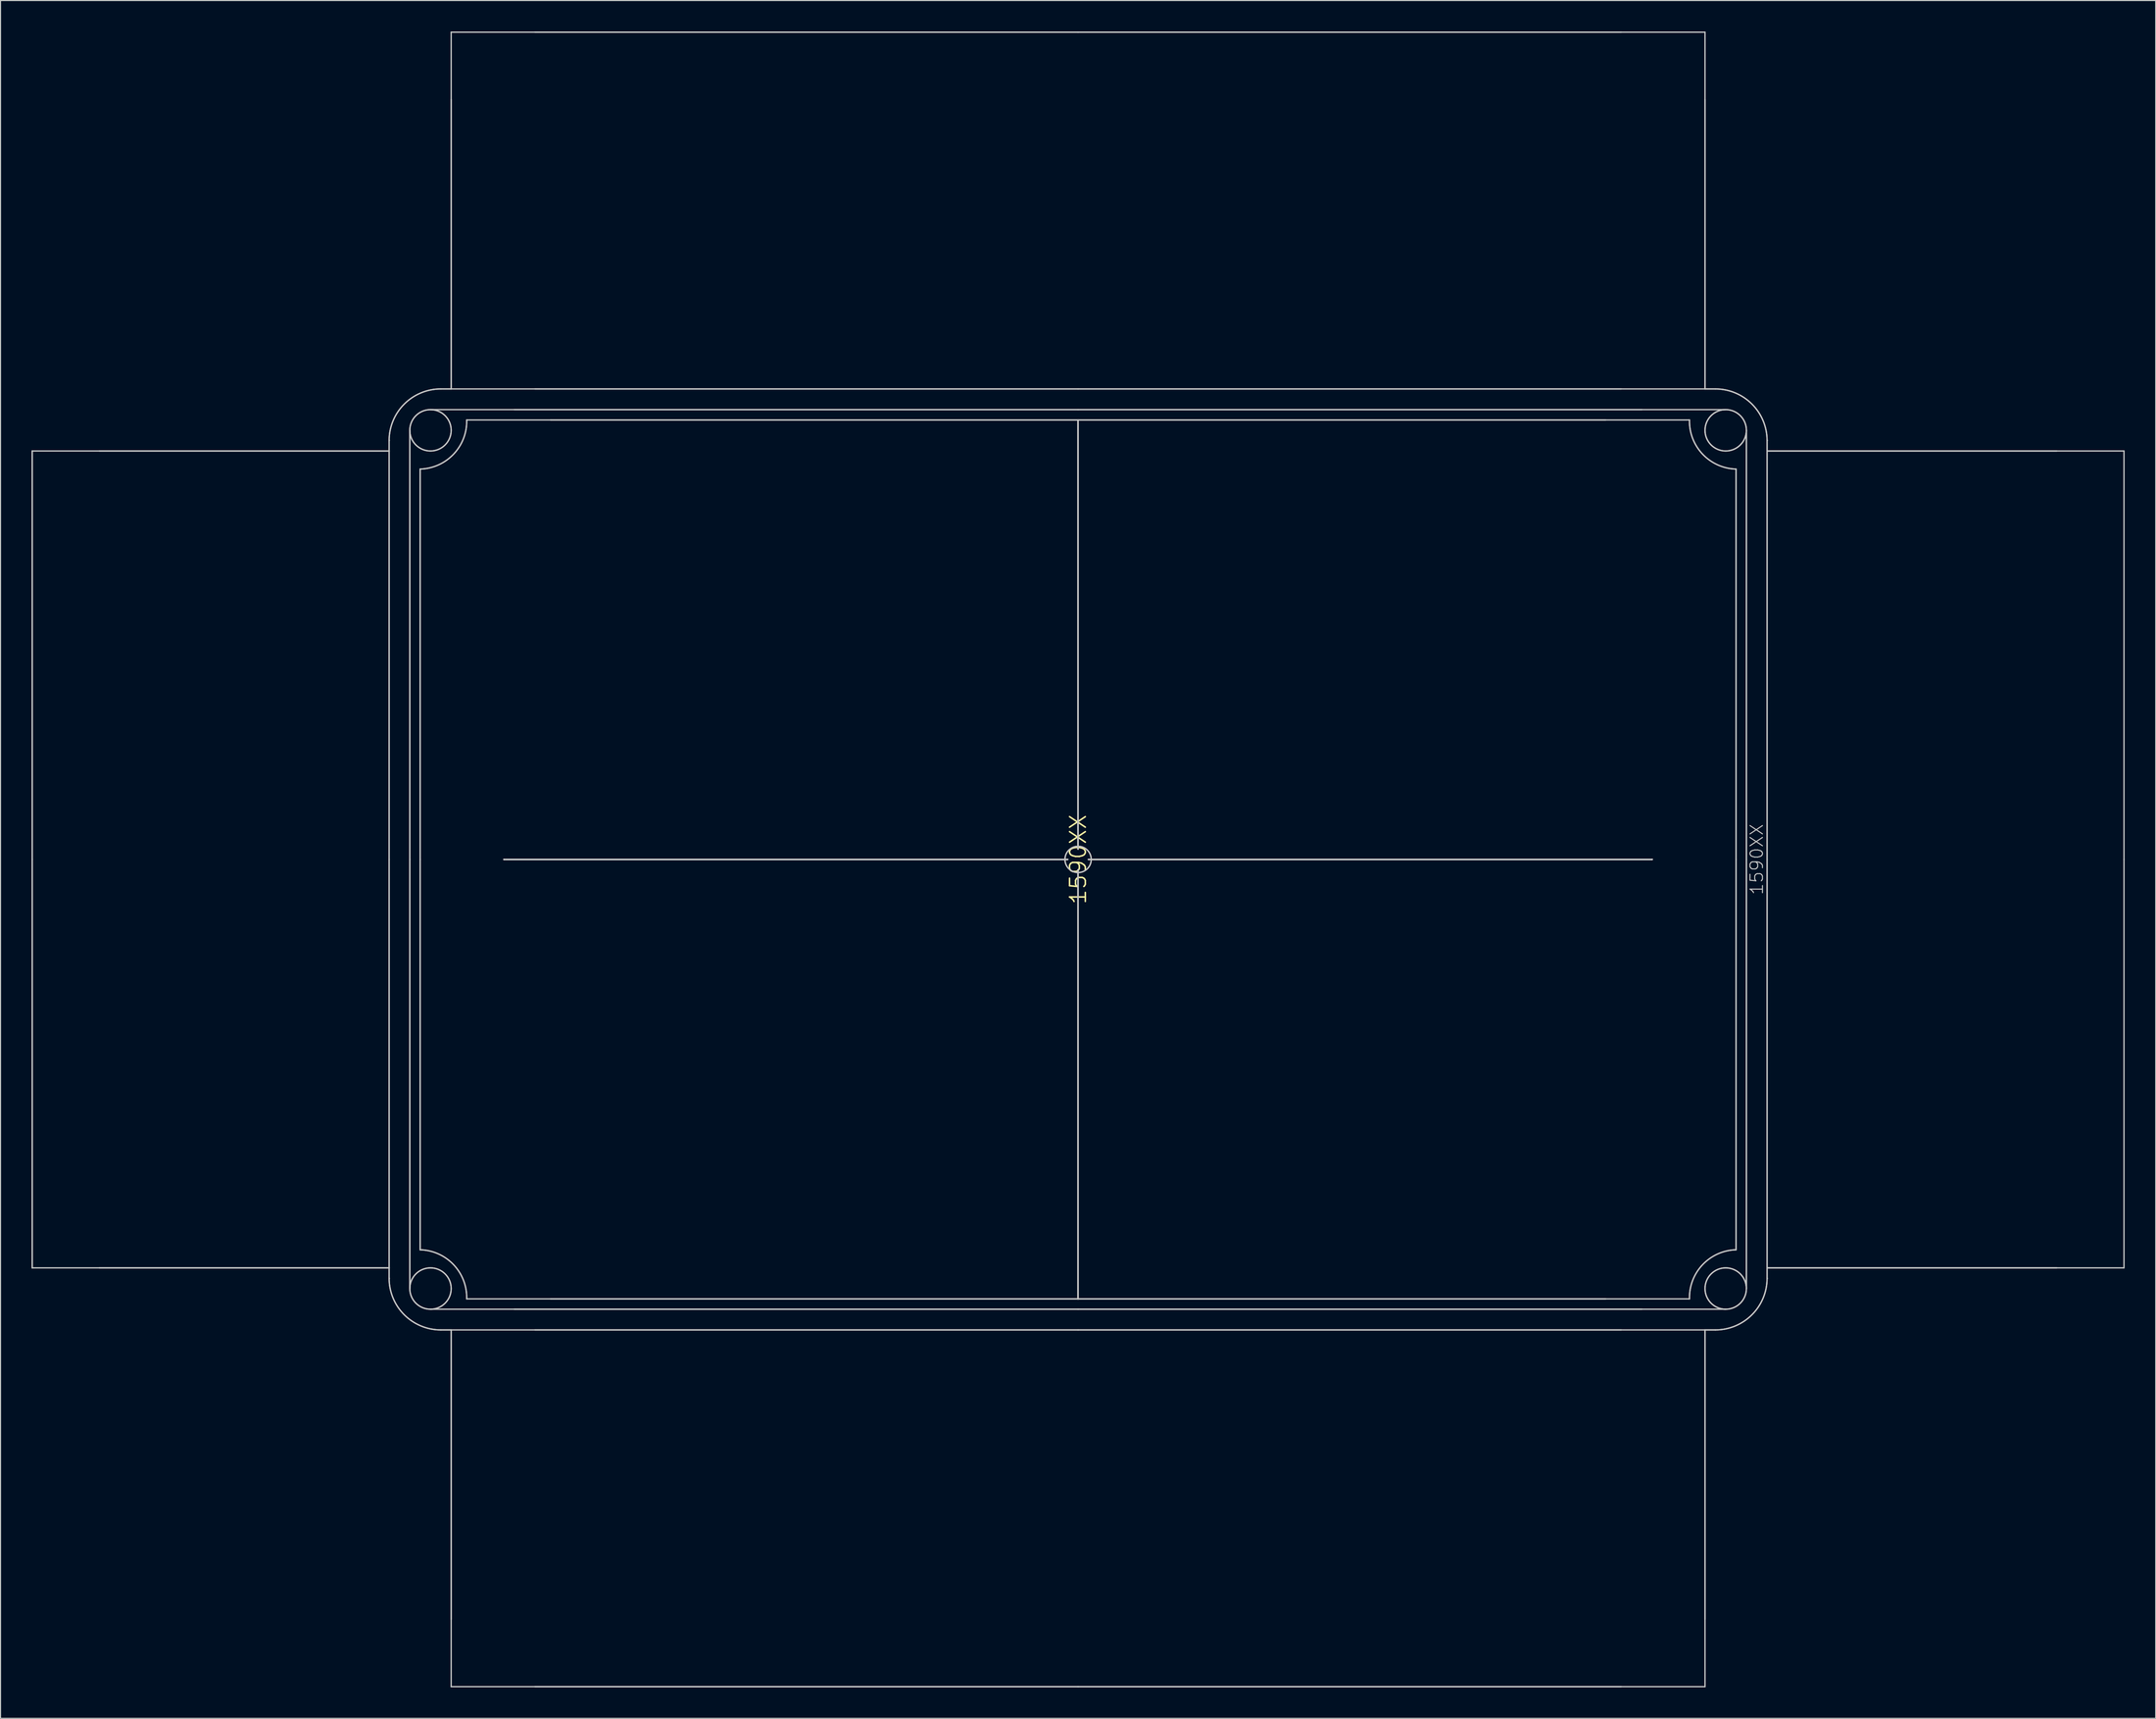
<source format=kicad_pcb>
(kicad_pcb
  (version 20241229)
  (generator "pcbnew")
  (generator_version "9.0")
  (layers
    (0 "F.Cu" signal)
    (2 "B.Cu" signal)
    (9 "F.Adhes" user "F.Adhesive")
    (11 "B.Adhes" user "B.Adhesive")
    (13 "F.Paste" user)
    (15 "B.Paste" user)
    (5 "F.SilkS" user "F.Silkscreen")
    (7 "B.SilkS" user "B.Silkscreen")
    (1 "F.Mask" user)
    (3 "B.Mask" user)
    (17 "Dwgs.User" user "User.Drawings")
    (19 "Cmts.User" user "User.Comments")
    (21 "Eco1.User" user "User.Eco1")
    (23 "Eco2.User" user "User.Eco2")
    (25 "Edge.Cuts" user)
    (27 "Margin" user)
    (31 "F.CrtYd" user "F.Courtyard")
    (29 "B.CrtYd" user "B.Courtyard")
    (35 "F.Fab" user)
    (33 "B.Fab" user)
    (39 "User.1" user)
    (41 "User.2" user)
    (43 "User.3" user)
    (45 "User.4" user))
  (footprint "1590XX"
    (layer "F.Cu")
    (at 101.163 80.064)
    (property "Reference" "1590XX" (at 0 0 90) (layer "F.SilkS") (effects (font (size 1.524 1.524) (thickness 0.15))))
    (attr through_hole)
    (fp_line (start -101.1 -39.5) (end -101.1 0) (stroke (width 0.127) (type solid)) (layer "Dwgs.User"))
    (fp_line (start -101.1 -39.5) (end -101.1 0) (stroke (width 0.127) (type solid)) (layer "Dwgs.User"))
    (fp_line (start -101.1 39.5) (end -101.1 0) (stroke (width 0.127) (type solid)) (layer "Dwgs.User"))
    (fp_line (start -101.1 39.5) (end -101.1 0) (stroke (width 0.127) (type solid)) (layer "Dwgs.User"))
    (fp_line (start -66.6 -40.55) (end -66.6 -40.5) (stroke (width 0.127) (type solid)) (layer "Dwgs.User"))
    (fp_line (start -66.6 -40.55) (end -66.6 -40.5) (stroke (width 0.127) (type solid)) (layer "Dwgs.User"))
    (fp_line (start -66.6 -40.5) (end -66.6 -40.55) (stroke (width 0.127) (type solid)) (layer "Dwgs.User"))
    (fp_line (start -66.6 -40.5) (end -66.6 -40.55) (stroke (width 0.127) (type solid)) (layer "Dwgs.User"))
    (fp_line (start -66.6 -39.5) (end -101.1 -39.5) (stroke (width 0.127) (type solid)) (layer "Dwgs.User"))
    (fp_line (start -66.6 -39.5) (end -94.6 -39.5) (stroke (width 0.127) (type solid)) (layer "Dwgs.User"))
    (fp_line (start -66.6 -39.5) (end -66.6 -40.5) (stroke (width 0.127) (type solid)) (layer "Dwgs.User"))
    (fp_line (start -66.6 -39.5) (end -66.6 -40.5) (stroke (width 0.127) (type solid)) (layer "Dwgs.User"))
    (fp_line (start -66.6 0) (end -66.6 -39.5) (stroke (width 0.127) (type solid)) (layer "Dwgs.User"))
    (fp_line (start -66.6 0) (end -66.6 -39.5) (stroke (width 0.127) (type solid)) (layer "Dwgs.User"))
    (fp_line (start -66.6 0) (end -66.6 39.5) (stroke (width 0.127) (type solid)) (layer "Dwgs.User"))
    (fp_line (start -66.6 0) (end -66.6 39.5) (stroke (width 0.127) (type solid)) (layer "Dwgs.User"))
    (fp_line (start -66.6 39.5) (end -101.1 39.5) (stroke (width 0.127) (type solid)) (layer "Dwgs.User"))
    (fp_line (start -66.6 39.5) (end -94.6 39.5) (stroke (width 0.127) (type solid)) (layer "Dwgs.User"))
    (fp_line (start -66.6 39.5) (end -66.6 40.5) (stroke (width 0.127) (type solid)) (layer "Dwgs.User"))
    (fp_line (start -66.6 39.5) (end -66.6 40.5) (stroke (width 0.127) (type solid)) (layer "Dwgs.User"))
    (fp_line (start -66.6 40.5) (end -66.6 40.55) (stroke (width 0.127) (type solid)) (layer "Dwgs.User"))
    (fp_line (start -66.6 40.5) (end -66.6 40.55) (stroke (width 0.127) (type solid)) (layer "Dwgs.User"))
    (fp_line (start -66.6 40.55) (end -66.6 40.5) (stroke (width 0.127) (type solid)) (layer "Dwgs.User"))
    (fp_line (start -66.6 40.55) (end -66.6 40.5) (stroke (width 0.127) (type solid)) (layer "Dwgs.User"))
    (fp_line (start -64.6 0) (end -64.6 -41.5) (stroke (width 0.127) (type solid)) (layer "Dwgs.User"))
    (fp_line (start -64.6 0) (end -64.6 -41.5) (stroke (width 0.127) (type solid)) (layer "Dwgs.User"))
    (fp_line (start -64.6 0) (end -64.6 41.5) (stroke (width 0.127) (type solid)) (layer "Dwgs.User"))
    (fp_line (start -64.6 0) (end -64.6 41.5) (stroke (width 0.127) (type solid)) (layer "Dwgs.User"))
    (fp_line (start -63.6 0) (end -63.6 -37.75) (stroke (width 0.127) (type solid)) (layer "Dwgs.User"))
    (fp_line (start -63.6 0) (end -63.6 -37.75) (stroke (width 0.127) (type solid)) (layer "Dwgs.User"))
    (fp_line (start -63.6 0) (end -63.6 37.75) (stroke (width 0.127) (type solid)) (layer "Dwgs.User"))
    (fp_line (start -63.6 0) (end -63.6 37.75) (stroke (width 0.127) (type solid)) (layer "Dwgs.User"))
    (fp_line (start -60.6 -80) (end -60.6 -45.5) (stroke (width 0.127) (type solid)) (layer "Dwgs.User"))
    (fp_line (start -60.6 -80) (end 0 -80) (stroke (width 0.127) (type solid)) (layer "Dwgs.User"))
    (fp_line (start -60.6 -73.5) (end -60.6 -45.5) (stroke (width 0.127) (type solid)) (layer "Dwgs.User"))
    (fp_line (start -60.6 -45.5) (end -61.6 -45.5) (stroke (width 0.127) (type solid)) (layer "Dwgs.User"))
    (fp_line (start -60.6 -45.5) (end -61.6 -45.5) (stroke (width 0.127) (type solid)) (layer "Dwgs.User"))
    (fp_line (start -60.6 45.5) (end -61.6 45.5) (stroke (width 0.127) (type solid)) (layer "Dwgs.User"))
    (fp_line (start -60.6 45.5) (end -61.6 45.5) (stroke (width 0.127) (type solid)) (layer "Dwgs.User"))
    (fp_line (start -60.6 73.5) (end -60.6 45.5) (stroke (width 0.127) (type solid)) (layer "Dwgs.User"))
    (fp_line (start -60.6 80) (end -60.6 45.5) (stroke (width 0.127) (type solid)) (layer "Dwgs.User"))
    (fp_line (start -60.6 80) (end 0 80) (stroke (width 0.127) (type solid)) (layer "Dwgs.User"))
    (fp_line (start -59.1 -42.5) (end 0 -42.5) (stroke (width 0.127) (type solid)) (layer "Dwgs.User"))
    (fp_line (start -59.1 42.5) (end 0 42.5) (stroke (width 0.127) (type solid)) (layer "Dwgs.User"))
    (fp_line (start -52.5 -80) (end 0 -80) (stroke (width 0.127) (type solid)) (layer "Dwgs.User"))
    (fp_line (start -52.5 80) (end 0 80) (stroke (width 0.127) (type solid)) (layer "Dwgs.User"))
    (fp_line (start -51 -42.5) (end 0 -42.5) (stroke (width 0.127) (type solid)) (layer "Dwgs.User"))
    (fp_line (start -51 42.5) (end 0 42.5) (stroke (width 0.127) (type solid)) (layer "Dwgs.User"))
    (fp_line (start -1 0) (end -55.5 0) (stroke (width 0.127) (type solid)) (layer "Dwgs.User"))
    (fp_line (start -1 0) (end -55.5 0) (stroke (width 0.127) (type solid)) (layer "Dwgs.User"))
    (fp_line (start -1 0) (end -55.5 0) (stroke (width 0.127) (type solid)) (layer "Dwgs.User"))
    (fp_line (start -1 0) (end -55.5 0) (stroke (width 0.127) (type solid)) (layer "Dwgs.User"))
    (fp_line (start -1 0) (end -55.5 0) (stroke (width 0.127) (type solid)) (layer "Dwgs.User"))
    (fp_line (start -1 0) (end -55.5 0) (stroke (width 0.127) (type solid)) (layer "Dwgs.User"))
    (fp_line (start -1 0) (end -55.5 0) (stroke (width 0.127) (type solid)) (layer "Dwgs.User"))
    (fp_line (start -1 0) (end -55.5 0) (stroke (width 0.127) (type solid)) (layer "Dwgs.User"))
    (fp_line (start 0 -45.5) (end -60.6 -45.5) (stroke (width 0.127) (type solid)) (layer "Dwgs.User"))
    (fp_line (start 0 -45.5) (end -52.5 -45.5) (stroke (width 0.127) (type solid)) (layer "Dwgs.User"))
    (fp_line (start 0 -45.5) (end 52.5 -45.5) (stroke (width 0.127) (type solid)) (layer "Dwgs.User"))
    (fp_line (start 0 -45.5) (end 60.6 -45.5) (stroke (width 0.127) (type solid)) (layer "Dwgs.User"))
    (fp_line (start 0 -43.5) (end -62.6 -43.5) (stroke (width 0.127) (type solid)) (layer "Dwgs.User"))
    (fp_line (start 0 -43.5) (end -54.5 -43.5) (stroke (width 0.127) (type solid)) (layer "Dwgs.User"))
    (fp_line (start 0 -43.5) (end 54.5 -43.5) (stroke (width 0.127) (type solid)) (layer "Dwgs.User"))
    (fp_line (start 0 -43.5) (end 62.6 -43.5) (stroke (width 0.127) (type solid)) (layer "Dwgs.User"))
    (fp_line (start 0 -1) (end 0 -42.5) (stroke (width 0.127) (type solid)) (layer "Dwgs.User"))
    (fp_line (start 0 -1) (end 0 -42.5) (stroke (width 0.127) (type solid)) (layer "Dwgs.User"))
    (fp_line (start 0 -1) (end 0 -42.5) (stroke (width 0.127) (type solid)) (layer "Dwgs.User"))
    (fp_line (start 0 -1) (end 0 -42.5) (stroke (width 0.127) (type solid)) (layer "Dwgs.User"))
    (fp_line (start 0 -1) (end 0 -42.5) (stroke (width 0.127) (type solid)) (layer "Dwgs.User"))
    (fp_line (start 0 -1) (end 0 -42.5) (stroke (width 0.127) (type solid)) (layer "Dwgs.User"))
    (fp_line (start 0 -1) (end 0 -42.5) (stroke (width 0.127) (type solid)) (layer "Dwgs.User"))
    (fp_line (start 0 -1) (end 0 -42.5) (stroke (width 0.127) (type solid)) (layer "Dwgs.User"))
    (fp_line (start 0 1) (end 0 42.5) (stroke (width 0.127) (type solid)) (layer "Dwgs.User"))
    (fp_line (start 0 1) (end 0 42.5) (stroke (width 0.127) (type solid)) (layer "Dwgs.User"))
    (fp_line (start 0 1) (end 0 42.5) (stroke (width 0.127) (type solid)) (layer "Dwgs.User"))
    (fp_line (start 0 1) (end 0 42.5) (stroke (width 0.127) (type solid)) (layer "Dwgs.User"))
    (fp_line (start 0 1) (end 0 42.5) (stroke (width 0.127) (type solid)) (layer "Dwgs.User"))
    (fp_line (start 0 1) (end 0 42.5) (stroke (width 0.127) (type solid)) (layer "Dwgs.User"))
    (fp_line (start 0 1) (end 0 42.5) (stroke (width 0.127) (type solid)) (layer "Dwgs.User"))
    (fp_line (start 0 1) (end 0 42.5) (stroke (width 0.127) (type solid)) (layer "Dwgs.User"))
    (fp_line (start 0 43.5) (end -62.6 43.5) (stroke (width 0.127) (type solid)) (layer "Dwgs.User"))
    (fp_line (start 0 43.5) (end -54.5 43.5) (stroke (width 0.127) (type solid)) (layer "Dwgs.User"))
    (fp_line (start 0 43.5) (end 54.5 43.5) (stroke (width 0.127) (type solid)) (layer "Dwgs.User"))
    (fp_line (start 0 43.5) (end 62.6 43.5) (stroke (width 0.127) (type solid)) (layer "Dwgs.User"))
    (fp_line (start 0 45.5) (end -60.6 45.5) (stroke (width 0.127) (type solid)) (layer "Dwgs.User"))
    (fp_line (start 0 45.5) (end -52.5 45.5) (stroke (width 0.127) (type solid)) (layer "Dwgs.User"))
    (fp_line (start 0 45.5) (end 52.5 45.5) (stroke (width 0.127) (type solid)) (layer "Dwgs.User"))
    (fp_line (start 0 45.5) (end 60.6 45.5) (stroke (width 0.127) (type solid)) (layer "Dwgs.User"))
    (fp_line (start 1 0) (end 55.5 0) (stroke (width 0.127) (type solid)) (layer "Dwgs.User"))
    (fp_line (start 1 0) (end 55.5 0) (stroke (width 0.127) (type solid)) (layer "Dwgs.User"))
    (fp_line (start 1 0) (end 55.5 0) (stroke (width 0.127) (type solid)) (layer "Dwgs.User"))
    (fp_line (start 1 0) (end 55.5 0) (stroke (width 0.127) (type solid)) (layer "Dwgs.User"))
    (fp_line (start 1 0) (end 55.5 0) (stroke (width 0.127) (type solid)) (layer "Dwgs.User"))
    (fp_line (start 1 0) (end 55.5 0) (stroke (width 0.127) (type solid)) (layer "Dwgs.User"))
    (fp_line (start 1 0) (end 55.5 0) (stroke (width 0.127) (type solid)) (layer "Dwgs.User"))
    (fp_line (start 1 0) (end 55.5 0) (stroke (width 0.127) (type solid)) (layer "Dwgs.User"))
    (fp_line (start 51 -42.5) (end 0 -42.5) (stroke (width 0.127) (type solid)) (layer "Dwgs.User"))
    (fp_line (start 51 42.5) (end 0 42.5) (stroke (width 0.127) (type solid)) (layer "Dwgs.User"))
    (fp_line (start 52.5 -80) (end 0 -80) (stroke (width 0.127) (type solid)) (layer "Dwgs.User"))
    (fp_line (start 52.5 80) (end 0 80) (stroke (width 0.127) (type solid)) (layer "Dwgs.User"))
    (fp_line (start 59.1 -42.5) (end 0 -42.5) (stroke (width 0.127) (type solid)) (layer "Dwgs.User"))
    (fp_line (start 59.1 42.5) (end 0 42.5) (stroke (width 0.127) (type solid)) (layer "Dwgs.User"))
    (fp_line (start 60.6 -80) (end 0 -80) (stroke (width 0.127) (type solid)) (layer "Dwgs.User"))
    (fp_line (start 60.6 -80) (end 60.6 -45.5) (stroke (width 0.127) (type solid)) (layer "Dwgs.User"))
    (fp_line (start 60.6 -73.5) (end 60.6 -45.5) (stroke (width 0.127) (type solid)) (layer "Dwgs.User"))
    (fp_line (start 60.6 -45.5) (end 61.6 -45.5) (stroke (width 0.127) (type solid)) (layer "Dwgs.User"))
    (fp_line (start 60.6 -45.5) (end 61.6 -45.5) (stroke (width 0.127) (type solid)) (layer "Dwgs.User"))
    (fp_line (start 60.6 45.5) (end 61.6 45.5) (stroke (width 0.127) (type solid)) (layer "Dwgs.User"))
    (fp_line (start 60.6 45.5) (end 61.6 45.5) (stroke (width 0.127) (type solid)) (layer "Dwgs.User"))
    (fp_line (start 60.6 73.5) (end 60.6 45.5) (stroke (width 0.127) (type solid)) (layer "Dwgs.User"))
    (fp_line (start 60.6 80) (end 0 80) (stroke (width 0.127) (type solid)) (layer "Dwgs.User"))
    (fp_line (start 60.6 80) (end 60.6 45.5) (stroke (width 0.127) (type solid)) (layer "Dwgs.User"))
    (fp_line (start 63.6 0) (end 63.6 -37.75) (stroke (width 0.127) (type solid)) (layer "Dwgs.User"))
    (fp_line (start 63.6 0) (end 63.6 -37.75) (stroke (width 0.127) (type solid)) (layer "Dwgs.User"))
    (fp_line (start 63.6 0) (end 63.6 37.75) (stroke (width 0.127) (type solid)) (layer "Dwgs.User"))
    (fp_line (start 63.6 0) (end 63.6 37.75) (stroke (width 0.127) (type solid)) (layer "Dwgs.User"))
    (fp_line (start 64.6 0) (end 64.6 -41.5) (stroke (width 0.127) (type solid)) (layer "Dwgs.User"))
    (fp_line (start 64.6 0) (end 64.6 -41.5) (stroke (width 0.127) (type solid)) (layer "Dwgs.User"))
    (fp_line (start 64.6 0) (end 64.6 41.5) (stroke (width 0.127) (type solid)) (layer "Dwgs.User"))
    (fp_line (start 64.6 0) (end 64.6 41.5) (stroke (width 0.127) (type solid)) (layer "Dwgs.User"))
    (fp_line (start 66.6 -40.55) (end 66.6 -40.5) (stroke (width 0.127) (type solid)) (layer "Dwgs.User"))
    (fp_line (start 66.6 -40.55) (end 66.6 -40.5) (stroke (width 0.127) (type solid)) (layer "Dwgs.User"))
    (fp_line (start 66.6 -40.5) (end 66.6 -40.55) (stroke (width 0.127) (type solid)) (layer "Dwgs.User"))
    (fp_line (start 66.6 -40.5) (end 66.6 -40.55) (stroke (width 0.127) (type solid)) (layer "Dwgs.User"))
    (fp_line (start 66.6 -39.5) (end 66.6 -40.5) (stroke (width 0.127) (type solid)) (layer "Dwgs.User"))
    (fp_line (start 66.6 -39.5) (end 66.6 -40.5) (stroke (width 0.127) (type solid)) (layer "Dwgs.User"))
    (fp_line (start 66.6 -39.5) (end 94.6 -39.5) (stroke (width 0.127) (type solid)) (layer "Dwgs.User"))
    (fp_line (start 66.6 -39.5) (end 101.1 -39.5) (stroke (width 0.127) (type solid)) (layer "Dwgs.User"))
    (fp_line (start 66.6 0) (end 66.6 -39.5) (stroke (width 0.127) (type solid)) (layer "Dwgs.User"))
    (fp_line (start 66.6 0) (end 66.6 -39.5) (stroke (width 0.127) (type solid)) (layer "Dwgs.User"))
    (fp_line (start 66.6 0) (end 66.6 39.5) (stroke (width 0.127) (type solid)) (layer "Dwgs.User"))
    (fp_line (start 66.6 0) (end 66.6 39.5) (stroke (width 0.127) (type solid)) (layer "Dwgs.User"))
    (fp_line (start 66.6 39.5) (end 66.6 40.5) (stroke (width 0.127) (type solid)) (layer "Dwgs.User"))
    (fp_line (start 66.6 39.5) (end 66.6 40.5) (stroke (width 0.127) (type solid)) (layer "Dwgs.User"))
    (fp_line (start 66.6 39.5) (end 94.6 39.5) (stroke (width 0.127) (type solid)) (layer "Dwgs.User"))
    (fp_line (start 66.6 39.5) (end 101.1 39.5) (stroke (width 0.127) (type solid)) (layer "Dwgs.User"))
    (fp_line (start 66.6 40.5) (end 66.6 40.55) (stroke (width 0.127) (type solid)) (layer "Dwgs.User"))
    (fp_line (start 66.6 40.5) (end 66.6 40.55) (stroke (width 0.127) (type solid)) (layer "Dwgs.User"))
    (fp_line (start 66.6 40.55) (end 66.6 40.5) (stroke (width 0.127) (type solid)) (layer "Dwgs.User"))
    (fp_line (start 66.6 40.55) (end 66.6 40.5) (stroke (width 0.127) (type solid)) (layer "Dwgs.User"))
    (fp_line (start 101.1 -39.5) (end 101.1 0) (stroke (width 0.127) (type solid)) (layer "Dwgs.User"))
    (fp_line (start 101.1 39.5) (end 101.1 0) (stroke (width 0.127) (type solid)) (layer "Dwgs.User"))
    (fp_arc (start -66.6 -40.5) (mid -65.135534 -44.035534) (end -61.6 -45.5) (stroke (width 0.127) (type solid)) (layer "Dwgs.User"))
    (fp_arc (start -66.6 -40.5) (mid -65.135534 -44.035534) (end -61.6 -45.5) (stroke (width 0.127) (type solid)) (layer "Dwgs.User"))
    (fp_arc (start -63.6 37.75) (mid -60.366243 39.193019) (end -59.1 42.5) (stroke (width 0.127) (type solid)) (layer "Dwgs.User"))
    (fp_arc (start -63.6 37.75) (mid -60.366243 39.193019) (end -59.1 42.5) (stroke (width 0.127) (type solid)) (layer "Dwgs.User"))
    (fp_arc (start -61.6 45.5) (mid -65.135534 44.035534) (end -66.6 40.5) (stroke (width 0.127) (type solid)) (layer "Dwgs.User"))
    (fp_arc (start -61.6 45.5) (mid -65.135534 44.035534) (end -66.6 40.5) (stroke (width 0.127) (type solid)) (layer "Dwgs.User"))
    (fp_arc (start -59.1 -42.5) (mid -60.366243 -39.193019) (end -63.6 -37.75) (stroke (width 0.127) (type solid)) (layer "Dwgs.User"))
    (fp_arc (start -59.1 -42.5) (mid -60.366243 -39.193019) (end -63.6 -37.75) (stroke (width 0.127) (type solid)) (layer "Dwgs.User"))
    (fp_arc (start 59.1 42.5) (mid 60.366243 39.193019) (end 63.6 37.75) (stroke (width 0.127) (type solid)) (layer "Dwgs.User"))
    (fp_arc (start 59.1 42.5) (mid 60.366243 39.193019) (end 63.6 37.75) (stroke (width 0.127) (type solid)) (layer "Dwgs.User"))
    (fp_arc (start 61.6 -45.5) (mid 65.135534 -44.035534) (end 66.6 -40.5) (stroke (width 0.127) (type solid)) (layer "Dwgs.User"))
    (fp_arc (start 61.6 -45.5) (mid 65.135534 -44.035534) (end 66.6 -40.5) (stroke (width 0.127) (type solid)) (layer "Dwgs.User"))
    (fp_arc (start 63.6 -37.75) (mid 60.366243 -39.193019) (end 59.1 -42.5) (stroke (width 0.127) (type solid)) (layer "Dwgs.User"))
    (fp_arc (start 63.6 -37.75) (mid 60.366243 -39.193019) (end 59.1 -42.5) (stroke (width 0.127) (type solid)) (layer "Dwgs.User"))
    (fp_arc (start 66.6 40.5) (mid 65.135534 44.035534) (end 61.6 45.5) (stroke (width 0.127) (type solid)) (layer "Dwgs.User"))
    (fp_arc (start 66.6 40.5) (mid 65.135534 44.035534) (end 61.6 45.5) (stroke (width 0.127) (type solid)) (layer "Dwgs.User"))
    (fp_circle (center -62.6 -41.5) (end -62.6 -43.5) (stroke (width 0.127) (type solid)) (fill no) (layer "Dwgs.User"))
    (fp_circle (center -62.6 -41.5) (end -62.6 -43.5) (stroke (width 0.127) (type solid)) (fill no) (layer "Dwgs.User"))
    (fp_circle (center -62.6 41.5) (end -62.6 39.5) (stroke (width 0.127) (type solid)) (fill no) (layer "Dwgs.User"))
    (fp_circle (center -62.6 41.5) (end -62.6 39.5) (stroke (width 0.127) (type solid)) (fill no) (layer "Dwgs.User"))
    (fp_circle (center 0 0) (end 0 -1.27) (stroke (width 0.127) (type solid)) (fill no) (layer "Dwgs.User"))
    (fp_circle (center 0 0) (end 0 -1.27) (stroke (width 0.127) (type solid)) (fill no) (layer "Dwgs.User"))
    (fp_circle (center 62.6 -41.5) (end 62.6 -43.5) (stroke (width 0.127) (type solid)) (fill no) (layer "Dwgs.User"))
    (fp_circle (center 62.6 -41.5) (end 62.6 -43.5) (stroke (width 0.127) (type solid)) (fill no) (layer "Dwgs.User"))
    (fp_circle (center 62.6 41.5) (end 62.6 39.5) (stroke (width 0.127) (type solid)) (fill no) (layer "Dwgs.User"))
    (fp_circle (center 62.6 41.5) (end 62.6 39.5) (stroke (width 0.127) (type solid)) (fill no) (layer "Dwgs.User"))
    (fp_text user "1590XX" (at 65.6 0 90) (layer "Dwgs.User") (effects (font (size 1.206 1.206) (thickness 0.102)))))
  (gr_rect
    (start -3 -3)
    (end 205.327 163.127)
    (stroke (width 0.1) (type default))
    (fill no)
    (layer "Edge.Cuts")))
</source>
